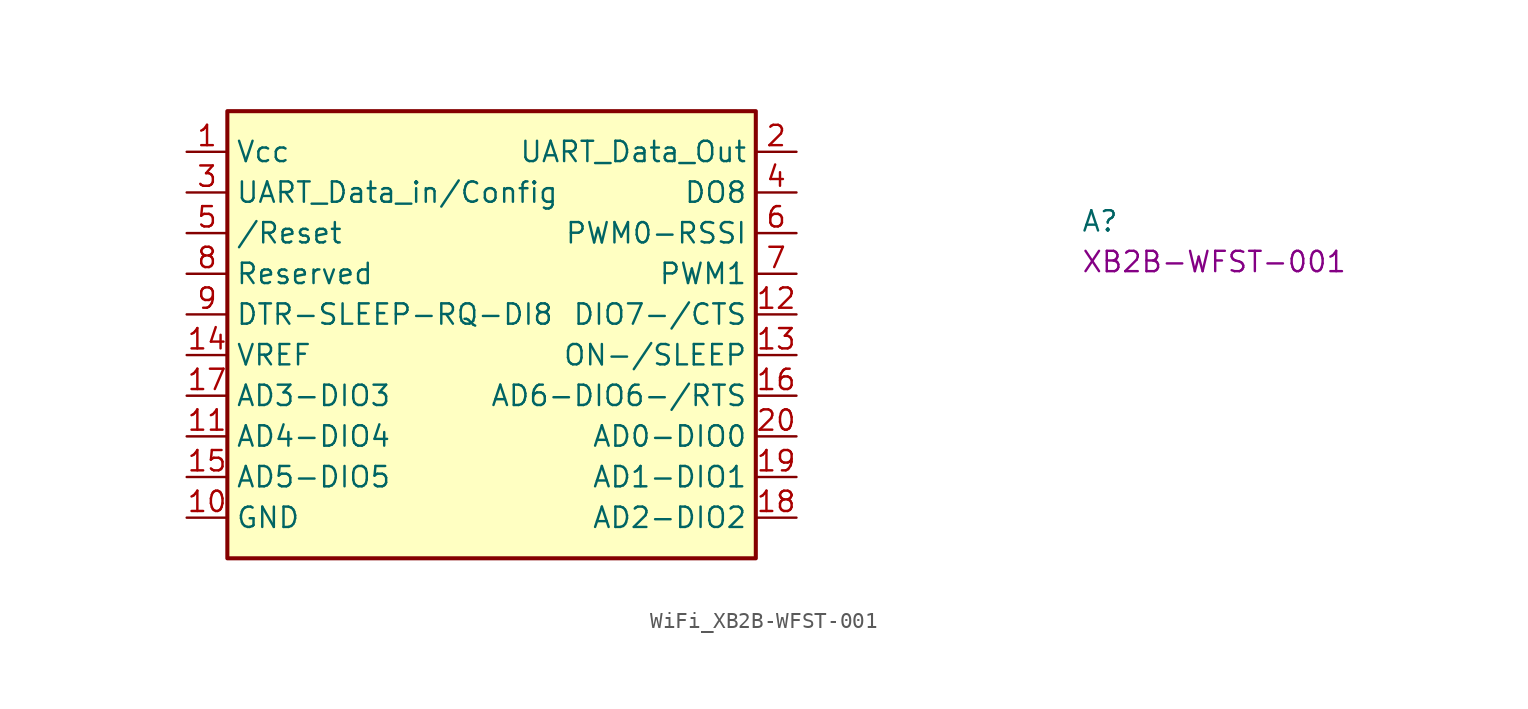
<source format=kicad_sym>
(kicad_symbol_lib
  (version 20220914)
  (generator kicad_symbol_editor)
  (symbol "WiFi_XB2B-WFST-001"
    (property "Reference" "A"
      (at 55.88 -5.08 0)
      (effects (font (size 1.27 1.27) (thickness 0.15)) (justify left bottom)))
    (property "MPN" "XB2B-WFST-001"
      (at 55.88 -7.62 0)
      (effects (font (size 1.27 1.27) (thickness 0.15)) (justify left bottom)))
    (symbol "WiFi_XB2B-WFST-001_1_1"
      (rectangle (start 2.54 2.54) (end 35.56 -25.4) (stroke (width 0.254) (type default)) (fill (type background)))
      (pin power_in line (at 0 0 0) (length 2.54) (name "Vcc" (effects (font (size 1.27 1.27)))) (number "1" (effects (font (size 1.27 1.27)))))
      (pin power_in line (at 0 -22.86 0) (length 2.54) (name "GND" (effects (font (size 1.27 1.27)))) (number "10" (effects (font (size 1.27 1.27)))))
      (pin bidirectional line (at 0 -17.78 0) (length 2.54) (name "AD4-DIO4" (effects (font (size 1.27 1.27)))) (number "11" (effects (font (size 1.27 1.27)))))
      (pin bidirectional line (at 38.1 -10.16 180) (length 2.54) (name "DIO7-/CTS" (effects (font (size 1.27 1.27)))) (number "12" (effects (font (size 1.27 1.27)))))
      (pin output line (at 38.1 -12.7 180) (length 2.54) (name "ON-/SLEEP" (effects (font (size 1.27 1.27)))) (number "13" (effects (font (size 1.27 1.27)))))
      (pin input line (at 0 -12.7 0) (length 2.54) (name "VREF" (effects (font (size 1.27 1.27)))) (number "14" (effects (font (size 1.27 1.27)))))
      (pin bidirectional line (at 0 -20.32 0) (length 2.54) (name "AD5-DIO5" (effects (font (size 1.27 1.27)))) (number "15" (effects (font (size 1.27 1.27)))))
      (pin bidirectional line (at 38.1 -15.24 180) (length 2.54) (name "AD6-DIO6-/RTS" (effects (font (size 1.27 1.27)))) (number "16" (effects (font (size 1.27 1.27)))))
      (pin bidirectional line (at 0 -15.24 0) (length 2.54) (name "AD3-DIO3" (effects (font (size 1.27 1.27)))) (number "17" (effects (font (size 1.27 1.27)))))
      (pin bidirectional line (at 38.1 -22.86 180) (length 2.54) (name "AD2-DIO2" (effects (font (size 1.27 1.27)))) (number "18" (effects (font (size 1.27 1.27)))))
      (pin bidirectional line (at 38.1 -20.32 180) (length 2.54) (name "AD1-DIO1" (effects (font (size 1.27 1.27)))) (number "19" (effects (font (size 1.27 1.27)))))
      (pin output line (at 38.1 0 180) (length 2.54) (name "UART_Data_Out" (effects (font (size 1.27 1.27)))) (number "2" (effects (font (size 1.27 1.27)))))
      (pin bidirectional line (at 38.1 -17.78 180) (length 2.54) (name "AD0-DIO0" (effects (font (size 1.27 1.27)))) (number "20" (effects (font (size 1.27 1.27)))))
      (pin input line (at 0 -2.54 0) (length 2.54) (name "UART_Data_in/Config" (effects (font (size 1.27 1.27)))) (number "3" (effects (font (size 1.27 1.27)))))
      (pin output line (at 38.1 -2.54 180) (length 2.54) (name "DO8" (effects (font (size 1.27 1.27)))) (number "4" (effects (font (size 1.27 1.27)))))
      (pin input line (at 0 -5.08 0) (length 2.54) (name "/Reset" (effects (font (size 1.27 1.27)))) (number "5" (effects (font (size 1.27 1.27)))))
      (pin output line (at 38.1 -5.08 180) (length 2.54) (name "PWM0-RSSI" (effects (font (size 1.27 1.27)))) (number "6" (effects (font (size 1.27 1.27)))))
      (pin output line (at 38.1 -7.62 180) (length 2.54) (name "PWM1" (effects (font (size 1.27 1.27)))) (number "7" (effects (font (size 1.27 1.27)))))
      (pin bidirectional line (at 0 -7.62 0) (length 2.54) (name "Reserved" (effects (font (size 1.27 1.27)))) (number "8" (effects (font (size 1.27 1.27)))))
      (pin input line (at 0 -10.16 0) (length 2.54) (name "DTR-SLEEP-RQ-DI8" (effects (font (size 1.27 1.27)))) (number "9" (effects (font (size 1.27 1.27))))))))
</source>
